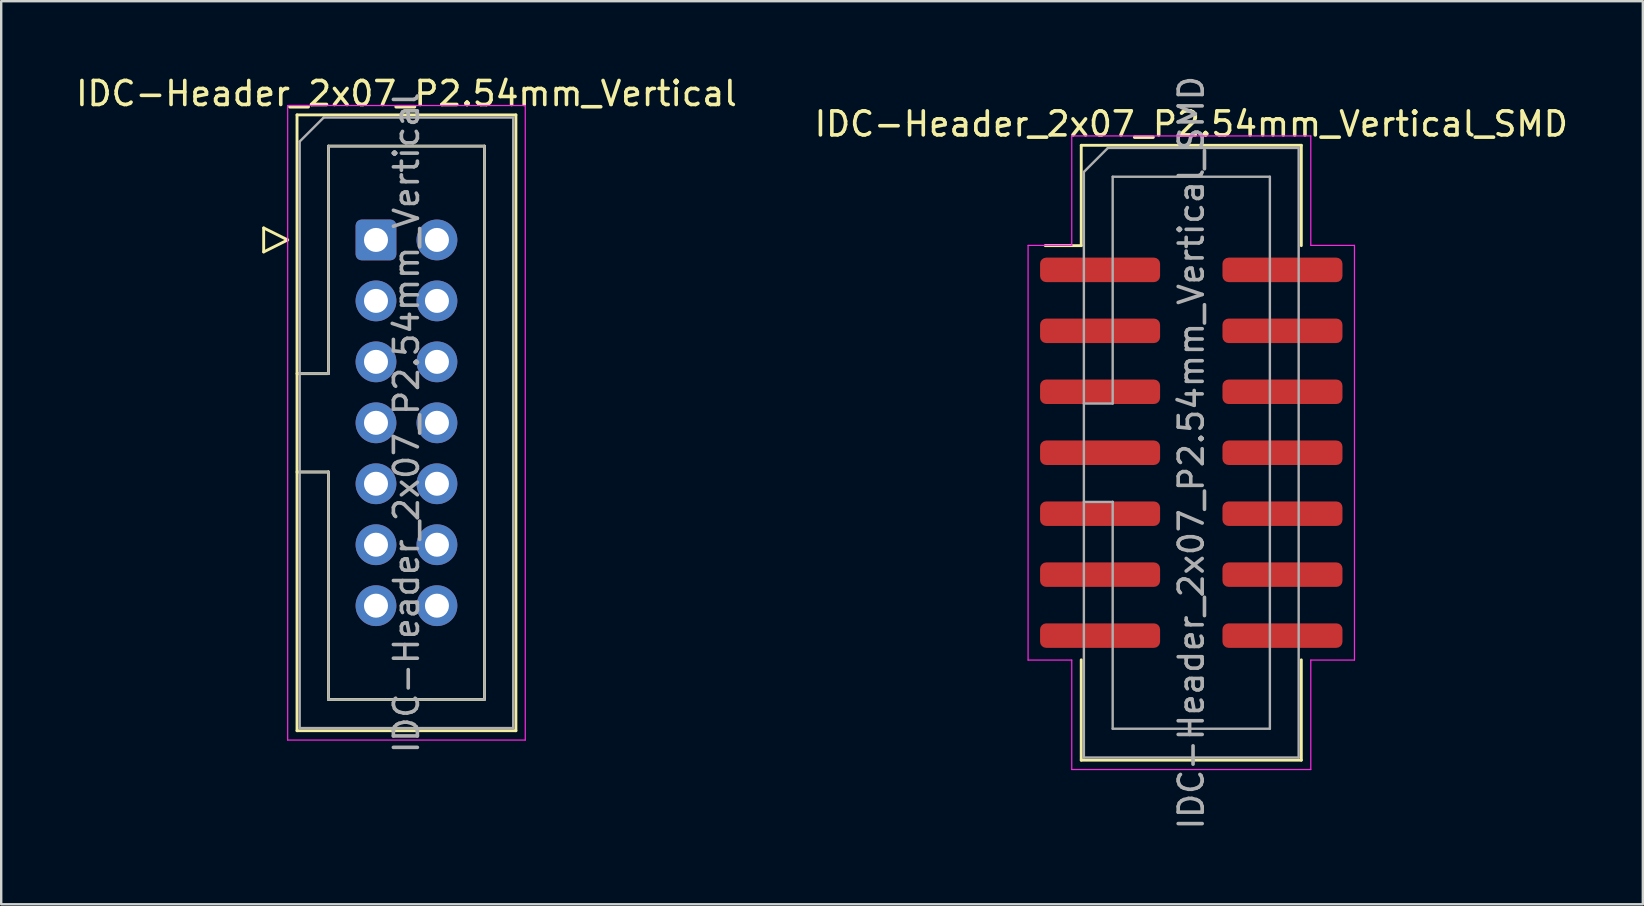
<source format=kicad_pcb>
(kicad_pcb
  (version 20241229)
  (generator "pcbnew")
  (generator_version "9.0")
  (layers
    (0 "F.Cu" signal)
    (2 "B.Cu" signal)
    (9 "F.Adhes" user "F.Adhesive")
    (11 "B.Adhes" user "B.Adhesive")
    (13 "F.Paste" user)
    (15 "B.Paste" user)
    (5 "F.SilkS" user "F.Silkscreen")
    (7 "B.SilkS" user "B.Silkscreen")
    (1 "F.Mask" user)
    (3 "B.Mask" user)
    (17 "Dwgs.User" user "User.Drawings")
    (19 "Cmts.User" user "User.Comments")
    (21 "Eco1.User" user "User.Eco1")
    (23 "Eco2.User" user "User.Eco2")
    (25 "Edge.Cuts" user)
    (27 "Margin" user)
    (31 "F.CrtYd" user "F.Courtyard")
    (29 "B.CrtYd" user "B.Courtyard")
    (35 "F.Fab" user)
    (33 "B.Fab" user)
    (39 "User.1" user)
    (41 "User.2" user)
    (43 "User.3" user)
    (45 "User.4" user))
  (footprint "IDC-Header_2x07_P2.54mm_Vertical"
    (layer "F.Cu")
    (at 12.617 6.948)
    (property "Reference" "IDC-Header_2x07_P2.54mm_Vertical" (at 1.27 -6.1 0) (layer "F.SilkS") (effects (font (size 1 1) (thickness 0.15))))
    (attr through_hole)
    (fp_line (start -4.68 -0.5) (end -4.68 0.5) (stroke (width 0.12) (type solid)) (layer "F.SilkS"))
    (fp_line (start -4.68 0.5) (end -3.68 0) (stroke (width 0.12) (type solid)) (layer "F.SilkS"))
    (fp_line (start -3.68 0) (end -4.68 -0.5) (stroke (width 0.12) (type solid)) (layer "F.SilkS"))
    (fp_line (start -3.29 -5.21) (end 5.83 -5.21) (stroke (width 0.12) (type solid)) (layer "F.SilkS"))
    (fp_line (start -3.29 5.57) (end -1.98 5.57) (stroke (width 0.12) (type solid)) (layer "F.SilkS"))
    (fp_line (start -3.29 20.45) (end -3.29 -5.21) (stroke (width 0.12) (type solid)) (layer "F.SilkS"))
    (fp_line (start -1.98 -3.91) (end 4.52 -3.91) (stroke (width 0.12) (type solid)) (layer "F.SilkS"))
    (fp_line (start -1.98 5.57) (end -1.98 -3.91) (stroke (width 0.12) (type solid)) (layer "F.SilkS"))
    (fp_line (start -1.98 9.67) (end -3.29 9.67) (stroke (width 0.12) (type solid)) (layer "F.SilkS"))
    (fp_line (start -1.98 9.67) (end -1.98 9.67) (stroke (width 0.12) (type solid)) (layer "F.SilkS"))
    (fp_line (start -1.98 19.15) (end -1.98 9.67) (stroke (width 0.12) (type solid)) (layer "F.SilkS"))
    (fp_line (start 4.52 -3.91) (end 4.52 19.15) (stroke (width 0.12) (type solid)) (layer "F.SilkS"))
    (fp_line (start 4.52 19.15) (end -1.98 19.15) (stroke (width 0.12) (type solid)) (layer "F.SilkS"))
    (fp_line (start 5.83 -5.21) (end 5.83 20.45) (stroke (width 0.12) (type solid)) (layer "F.SilkS"))
    (fp_line (start 5.83 20.45) (end -3.29 20.45) (stroke (width 0.12) (type solid)) (layer "F.SilkS"))
    (fp_line (start -3.68 -5.6) (end -3.68 20.84) (stroke (width 0.05) (type solid)) (layer "F.CrtYd"))
    (fp_line (start -3.68 20.84) (end 6.22 20.84) (stroke (width 0.05) (type solid)) (layer "F.CrtYd"))
    (fp_line (start 6.22 -5.6) (end -3.68 -5.6) (stroke (width 0.05) (type solid)) (layer "F.CrtYd"))
    (fp_line (start 6.22 20.84) (end 6.22 -5.6) (stroke (width 0.05) (type solid)) (layer "F.CrtYd"))
    (fp_line (start -3.18 -4.1) (end -2.18 -5.1) (stroke (width 0.1) (type solid)) (layer "F.Fab"))
    (fp_line (start -3.18 5.57) (end -1.98 5.57) (stroke (width 0.1) (type solid)) (layer "F.Fab"))
    (fp_line (start -3.18 20.34) (end -3.18 -4.1) (stroke (width 0.1) (type solid)) (layer "F.Fab"))
    (fp_line (start -2.18 -5.1) (end 5.72 -5.1) (stroke (width 0.1) (type solid)) (layer "F.Fab"))
    (fp_line (start -1.98 -3.91) (end 4.52 -3.91) (stroke (width 0.1) (type solid)) (layer "F.Fab"))
    (fp_line (start -1.98 5.57) (end -1.98 -3.91) (stroke (width 0.1) (type solid)) (layer "F.Fab"))
    (fp_line (start -1.98 9.67) (end -3.18 9.67) (stroke (width 0.1) (type solid)) (layer "F.Fab"))
    (fp_line (start -1.98 9.67) (end -1.98 9.67) (stroke (width 0.1) (type solid)) (layer "F.Fab"))
    (fp_line (start -1.98 19.15) (end -1.98 9.67) (stroke (width 0.1) (type solid)) (layer "F.Fab"))
    (fp_line (start 4.52 -3.91) (end 4.52 19.15) (stroke (width 0.1) (type solid)) (layer "F.Fab"))
    (fp_line (start 4.52 19.15) (end -1.98 19.15) (stroke (width 0.1) (type solid)) (layer "F.Fab"))
    (fp_line (start 5.72 -5.1) (end 5.72 20.34) (stroke (width 0.1) (type solid)) (layer "F.Fab"))
    (fp_line (start 5.72 20.34) (end -3.18 20.34) (stroke (width 0.1) (type solid)) (layer "F.Fab"))
    (fp_text user "${REFERENCE}" (at 1.27 7.62 90) (layer "F.Fab") (effects (font (size 1 1) (thickness 0.15))))
    (pad "1" thru_hole roundrect (at 0 0) (size 1.7 1.7) (drill 1) (layers "*.Cu" "*.Mask") (roundrect_rratio 0.147))
    (pad "2" thru_hole circle (at 2.54 0) (size 1.7 1.7) (drill 1) (layers "*.Cu" "*.Mask"))
    (pad "3" thru_hole circle (at 0 2.54) (size 1.7 1.7) (drill 1) (layers "*.Cu" "*.Mask"))
    (pad "4" thru_hole circle (at 2.54 2.54) (size 1.7 1.7) (drill 1) (layers "*.Cu" "*.Mask"))
    (pad "5" thru_hole circle (at 0 5.08) (size 1.7 1.7) (drill 1) (layers "*.Cu" "*.Mask"))
    (pad "6" thru_hole circle (at 2.54 5.08) (size 1.7 1.7) (drill 1) (layers "*.Cu" "*.Mask"))
    (pad "7" thru_hole circle (at 0 7.62) (size 1.7 1.7) (drill 1) (layers "*.Cu" "*.Mask"))
    (pad "8" thru_hole circle (at 2.54 7.62) (size 1.7 1.7) (drill 1) (layers "*.Cu" "*.Mask"))
    (pad "9" thru_hole circle (at 0 10.16) (size 1.7 1.7) (drill 1) (layers "*.Cu" "*.Mask"))
    (pad "10" thru_hole circle (at 2.54 10.16) (size 1.7 1.7) (drill 1) (layers "*.Cu" "*.Mask"))
    (pad "11" thru_hole circle (at 0 12.7) (size 1.7 1.7) (drill 1) (layers "*.Cu" "*.Mask"))
    (pad "12" thru_hole circle (at 2.54 12.7) (size 1.7 1.7) (drill 1) (layers "*.Cu" "*.Mask"))
    (pad "13" thru_hole circle (at 0 15.24) (size 1.7 1.7) (drill 1) (layers "*.Cu" "*.Mask"))
    (pad "14" thru_hole circle (at 2.54 15.24) (size 1.7 1.7) (drill 1) (layers "*.Cu" "*.Mask")))
  (footprint "IDC-Header_2x07_P2.54mm_Vertical_SMD"
    (layer "F.Cu")
    (at 46.589 15.815)
    (property "Reference" "IDC-Header_2x07_P2.54mm_Vertical_SMD" (at 0 -13.7 0) (layer "F.SilkS") (effects (font (size 1 1) (thickness 0.15))))
    (attr smd)
    (fp_line (start -4.585 -12.81) (end 4.585 -12.81) (stroke (width 0.12) (type solid)) (layer "F.SilkS"))
    (fp_line (start -4.585 -8.63) (end -6.085 -8.63) (stroke (width 0.12) (type solid)) (layer "F.SilkS"))
    (fp_line (start -4.585 -8.63) (end -4.585 -12.81) (stroke (width 0.12) (type solid)) (layer "F.SilkS"))
    (fp_line (start -4.585 8.63) (end -4.585 12.81) (stroke (width 0.12) (type solid)) (layer "F.SilkS"))
    (fp_line (start -4.585 12.81) (end 4.585 12.81) (stroke (width 0.12) (type solid)) (layer "F.SilkS"))
    (fp_line (start 4.585 -12.81) (end 4.585 -8.63) (stroke (width 0.12) (type solid)) (layer "F.SilkS"))
    (fp_line (start 4.585 12.81) (end 4.585 8.63) (stroke (width 0.12) (type solid)) (layer "F.SilkS"))
    (fp_line (start -6.8 -8.64) (end -6.8 8.64) (stroke (width 0.05) (type solid)) (layer "F.CrtYd"))
    (fp_line (start -6.8 8.64) (end -4.98 8.64) (stroke (width 0.05) (type solid)) (layer "F.CrtYd"))
    (fp_line (start -4.98 -13.2) (end -4.98 -8.64) (stroke (width 0.05) (type solid)) (layer "F.CrtYd"))
    (fp_line (start -4.98 -8.64) (end -6.8 -8.64) (stroke (width 0.05) (type solid)) (layer "F.CrtYd"))
    (fp_line (start -4.98 8.64) (end -4.98 13.2) (stroke (width 0.05) (type solid)) (layer "F.CrtYd"))
    (fp_line (start -4.98 13.2) (end 4.98 13.2) (stroke (width 0.05) (type solid)) (layer "F.CrtYd"))
    (fp_line (start 4.98 -13.2) (end -4.98 -13.2) (stroke (width 0.05) (type solid)) (layer "F.CrtYd"))
    (fp_line (start 4.98 -8.64) (end 4.98 -13.2) (stroke (width 0.05) (type solid)) (layer "F.CrtYd"))
    (fp_line (start 4.98 8.64) (end 6.8 8.64) (stroke (width 0.05) (type solid)) (layer "F.CrtYd"))
    (fp_line (start 4.98 13.2) (end 4.98 8.64) (stroke (width 0.05) (type solid)) (layer "F.CrtYd"))
    (fp_line (start 6.8 -8.64) (end 4.98 -8.64) (stroke (width 0.05) (type solid)) (layer "F.CrtYd"))
    (fp_line (start 6.8 8.64) (end 6.8 -8.64) (stroke (width 0.05) (type solid)) (layer "F.CrtYd"))
    (fp_line (start -4.475 -11.7) (end -3.475 -12.7) (stroke (width 0.1) (type solid)) (layer "F.Fab"))
    (fp_line (start -4.475 -2.05) (end -3.275 -2.05) (stroke (width 0.1) (type solid)) (layer "F.Fab"))
    (fp_line (start -4.475 12.7) (end -4.475 -11.7) (stroke (width 0.1) (type solid)) (layer "F.Fab"))
    (fp_line (start -3.475 -12.7) (end 4.475 -12.7) (stroke (width 0.1) (type solid)) (layer "F.Fab"))
    (fp_line (start -3.275 -11.5) (end 3.275 -11.5) (stroke (width 0.1) (type solid)) (layer "F.Fab"))
    (fp_line (start -3.275 -2.05) (end -3.275 -11.5) (stroke (width 0.1) (type solid)) (layer "F.Fab"))
    (fp_line (start -3.275 2.05) (end -4.475 2.05) (stroke (width 0.1) (type solid)) (layer "F.Fab"))
    (fp_line (start -3.275 2.05) (end -3.275 2.05) (stroke (width 0.1) (type solid)) (layer "F.Fab"))
    (fp_line (start -3.275 11.5) (end -3.275 2.05) (stroke (width 0.1) (type solid)) (layer "F.Fab"))
    (fp_line (start 3.275 -11.5) (end 3.275 11.5) (stroke (width 0.1) (type solid)) (layer "F.Fab"))
    (fp_line (start 3.275 11.5) (end -3.275 11.5) (stroke (width 0.1) (type solid)) (layer "F.Fab"))
    (fp_line (start 4.475 -12.7) (end 4.475 12.7) (stroke (width 0.1) (type solid)) (layer "F.Fab"))
    (fp_line (start 4.475 12.7) (end -4.475 12.7) (stroke (width 0.1) (type solid)) (layer "F.Fab"))
    (fp_text user "${REFERENCE}" (at 0 0 90) (layer "F.Fab") (effects (font (size 1 1) (thickness 0.15))))
    (pad "1" smd roundrect (at -3.8 -7.62) (size 5 1.02) (layers "F.Cu" "F.Mask" "F.Paste") (roundrect_rratio 0.25))
    (pad "2" smd roundrect (at 3.8 -7.62) (size 5 1.02) (layers "F.Cu" "F.Mask" "F.Paste") (roundrect_rratio 0.25))
    (pad "3" smd roundrect (at -3.8 -5.08) (size 5 1.02) (layers "F.Cu" "F.Mask" "F.Paste") (roundrect_rratio 0.25))
    (pad "4" smd roundrect (at 3.8 -5.08) (size 5 1.02) (layers "F.Cu" "F.Mask" "F.Paste") (roundrect_rratio 0.25))
    (pad "5" smd roundrect (at -3.8 -2.54) (size 5 1.02) (layers "F.Cu" "F.Mask" "F.Paste") (roundrect_rratio 0.25))
    (pad "6" smd roundrect (at 3.8 -2.54) (size 5 1.02) (layers "F.Cu" "F.Mask" "F.Paste") (roundrect_rratio 0.25))
    (pad "7" smd roundrect (at -3.8 0) (size 5 1.02) (layers "F.Cu" "F.Mask" "F.Paste") (roundrect_rratio 0.25))
    (pad "8" smd roundrect (at 3.8 0) (size 5 1.02) (layers "F.Cu" "F.Mask" "F.Paste") (roundrect_rratio 0.25))
    (pad "9" smd roundrect (at -3.8 2.54) (size 5 1.02) (layers "F.Cu" "F.Mask" "F.Paste") (roundrect_rratio 0.25))
    (pad "10" smd roundrect (at 3.8 2.54) (size 5 1.02) (layers "F.Cu" "F.Mask" "F.Paste") (roundrect_rratio 0.25))
    (pad "11" smd roundrect (at -3.8 5.08) (size 5 1.02) (layers "F.Cu" "F.Mask" "F.Paste") (roundrect_rratio 0.25))
    (pad "12" smd roundrect (at 3.8 5.08) (size 5 1.02) (layers "F.Cu" "F.Mask" "F.Paste") (roundrect_rratio 0.25))
    (pad "13" smd roundrect (at -3.8 7.62) (size 5 1.02) (layers "F.Cu" "F.Mask" "F.Paste") (roundrect_rratio 0.25))
    (pad "14" smd roundrect (at 3.8 7.62) (size 5 1.02) (layers "F.Cu" "F.Mask" "F.Paste") (roundrect_rratio 0.25)))
  (gr_rect
    (start -3 -3)
    (end 65.405 34.631)
    (stroke (width 0.1) (type default))
    (fill no)
    (layer "Edge.Cuts")))
</source>
